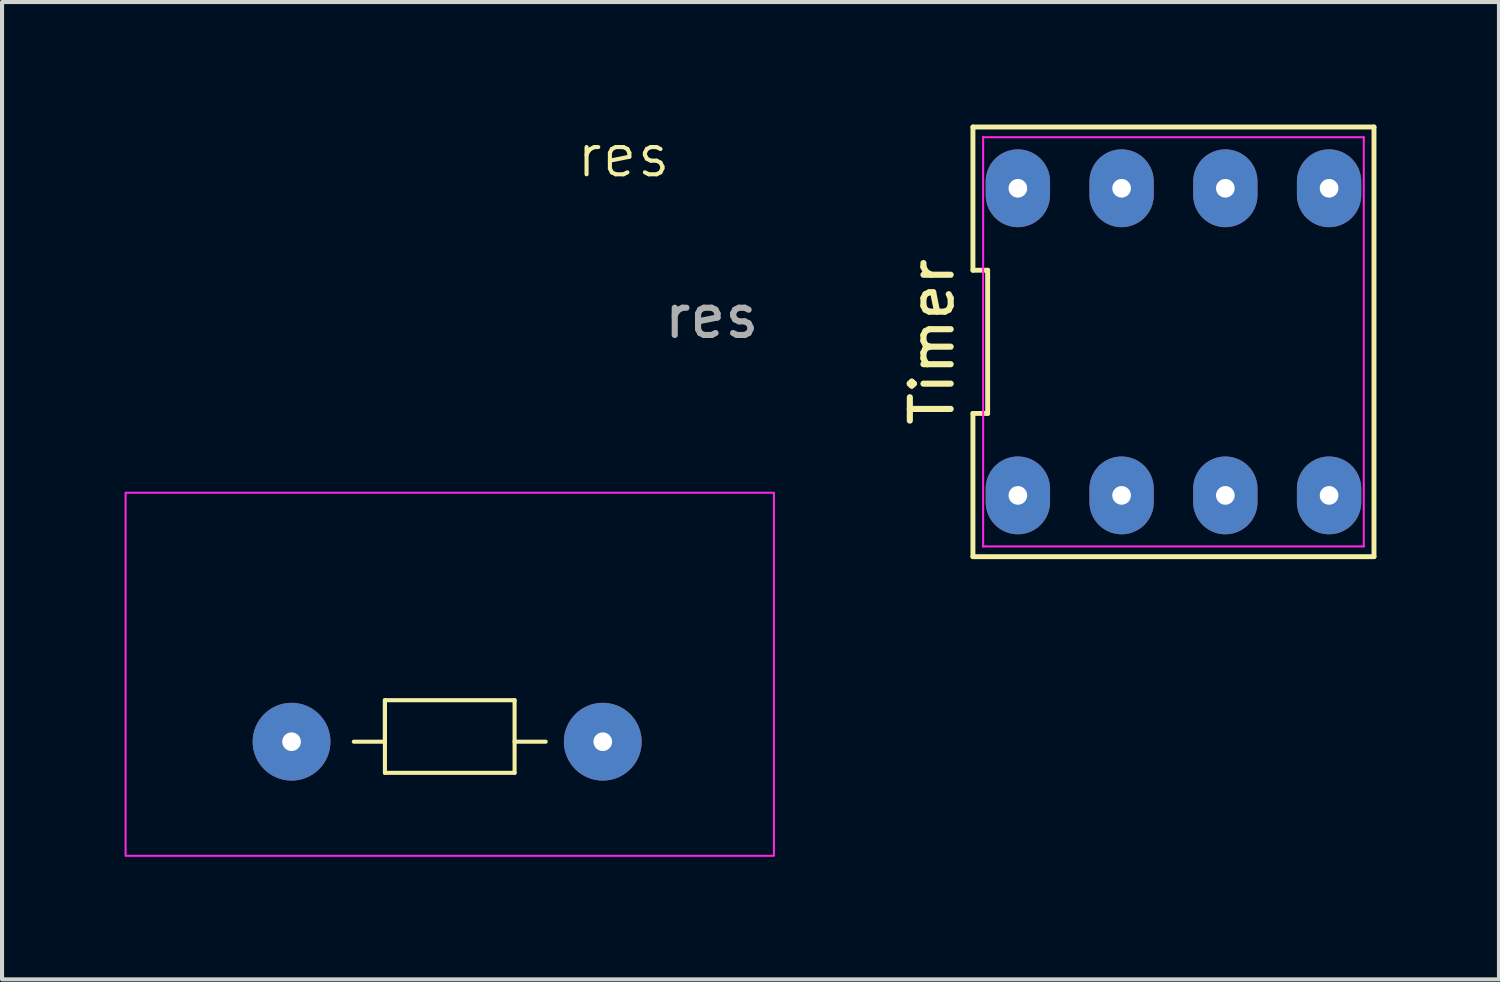
<source format=kicad_pcb>
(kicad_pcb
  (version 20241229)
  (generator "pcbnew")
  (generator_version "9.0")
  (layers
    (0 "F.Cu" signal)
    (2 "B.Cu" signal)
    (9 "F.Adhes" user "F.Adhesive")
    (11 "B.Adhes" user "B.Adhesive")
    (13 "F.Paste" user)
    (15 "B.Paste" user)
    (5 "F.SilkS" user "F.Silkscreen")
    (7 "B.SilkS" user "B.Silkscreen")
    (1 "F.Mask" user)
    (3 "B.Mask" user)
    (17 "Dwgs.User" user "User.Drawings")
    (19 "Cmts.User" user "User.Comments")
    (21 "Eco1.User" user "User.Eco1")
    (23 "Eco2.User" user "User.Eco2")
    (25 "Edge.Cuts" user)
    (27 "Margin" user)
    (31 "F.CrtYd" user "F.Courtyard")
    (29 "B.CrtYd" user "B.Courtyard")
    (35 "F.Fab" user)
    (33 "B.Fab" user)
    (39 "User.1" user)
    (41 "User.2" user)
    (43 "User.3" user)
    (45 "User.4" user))
  (footprint "res"
    (layer "F.Cu")
    (at 4.089 15.111)
    (property "Reference" "res" (at 8.128 -14.351 0) (unlocked yes) (layer "F.SilkS") (effects (font (size 1 1) (thickness 0.1))))
    (attr through_hole)
    (fp_line (start 1.524 0) (end 2.286 0) (stroke (width 0.1) (type default)) (layer "F.SilkS"))
    (fp_line (start 2.286 -1.016) (end 2.286 0.762) (stroke (width 0.1) (type default)) (layer "F.SilkS"))
    (fp_line (start 2.286 0) (end 2.286 -1.016) (stroke (width 0.1) (type default)) (layer "F.SilkS"))
    (fp_line (start 2.286 0.762) (end 5.461 0.762) (stroke (width 0.1) (type default)) (layer "F.SilkS"))
    (fp_line (start 5.461 -1.016) (end 2.286 -1.016) (stroke (width 0.1) (type default)) (layer "F.SilkS"))
    (fp_line (start 5.461 0) (end 6.223 0) (stroke (width 0.1) (type default)) (layer "F.SilkS"))
    (fp_line (start 5.461 0.762) (end 5.461 -1.016) (stroke (width 0.1) (type default)) (layer "F.SilkS"))
    (fp_rect (start -4.064 -6.096) (end 11.811 2.794) (stroke (width 0.05) (type default)) (fill no) (layer "F.CrtYd"))
    (fp_text user "${REFERENCE}" (at 10.287 -10.414 0) (unlocked yes) (layer "F.Fab") (effects (font (size 1 1) (thickness 0.15))))
    (pad "1" thru_hole circle (at 0 0) (size 1.905 1.905) (drill 0.457) (layers "*.Cu" "*.Mask"))
    (pad "2" thru_hole circle (at 7.62 0) (size 1.905 1.905) (drill 0.457) (layers "*.Cu" "*.Mask")))
  (footprint "Timer"
    (layer "F.Cu")
    (at 21.873 9.13)
    (property "Reference" "Timer" (at -2.1 -3.81 90) (layer "F.SilkS") (effects (font (size 1 1) (thickness 0.15))))
    (attr through_hole)
    (fp_line (start -1.1 -9.07) (end -1.1 -5.563) (stroke (width 0.12) (type default)) (layer "F.SilkS"))
    (fp_line (start -1.1 -5.563) (end -0.74 -5.563) (stroke (width 0.12) (type default)) (layer "F.SilkS"))
    (fp_line (start -1.1 -2.057) (end -1.1 1.45) (stroke (width 0.12) (type default)) (layer "F.SilkS"))
    (fp_line (start -1.1 1.45) (end 8.72 1.45) (stroke (width 0.12) (type default)) (layer "F.SilkS"))
    (fp_line (start -0.74 -5.563) (end -0.74 -2.057) (stroke (width 0.12) (type default)) (layer "F.SilkS"))
    (fp_line (start -0.74 -2.057) (end -1.1 -2.057) (stroke (width 0.12) (type default)) (layer "F.SilkS"))
    (fp_line (start 8.72 -9.07) (end -1.1 -9.07) (stroke (width 0.12) (type default)) (layer "F.SilkS"))
    (fp_line (start 8.72 1.45) (end 8.72 -9.07) (stroke (width 0.12) (type default)) (layer "F.SilkS"))
    (fp_line (start -0.85 -8.82) (end 8.47 -8.82) (stroke (width 0.05) (type default)) (layer "F.CrtYd"))
    (fp_line (start -0.85 1.2) (end -0.85 -8.82) (stroke (width 0.05) (type default)) (layer "F.CrtYd"))
    (fp_line (start 8.47 -8.82) (end 8.47 1.2) (stroke (width 0.05) (type default)) (layer "F.CrtYd"))
    (fp_line (start 8.47 1.2) (end -0.85 1.2) (stroke (width 0.05) (type default)) (layer "F.CrtYd"))
    (pad "1" thru_hole oval (at 0 -0.05) (size 1.575 1.905) (drill 0.457) (layers "*.Cu" "*.Mask"))
    (pad "2" thru_hole oval (at 2.54 -0.05) (size 1.575 1.905) (drill 0.457) (layers "*.Cu" "*.Mask"))
    (pad "3" thru_hole oval (at 5.08 -0.05) (size 1.575 1.905) (drill 0.457) (layers "*.Cu" "*.Mask"))
    (pad "4" thru_hole oval (at 7.62 -0.05) (size 1.575 1.905) (drill 0.457) (layers "*.Cu" "*.Mask"))
    (pad "5" thru_hole oval (at 7.62 -7.57) (size 1.575 1.905) (drill 0.457) (layers "*.Cu" "*.Mask"))
    (pad "6" thru_hole oval (at 5.08 -7.57) (size 1.575 1.905) (drill 0.457) (layers "*.Cu" "*.Mask"))
    (pad "7" thru_hole oval (at 2.54 -7.57) (size 1.575 1.905) (drill 0.457) (layers "*.Cu" "*.Mask"))
    (pad "8" thru_hole oval (at 0 -7.57) (size 1.575 1.905) (drill 0.457) (layers "*.Cu" "*.Mask")))
  (gr_rect
    (start -3 -3)
    (end 33.653 20.93)
    (stroke (width 0.1) (type default))
    (fill no)
    (layer "Edge.Cuts")))
</source>
